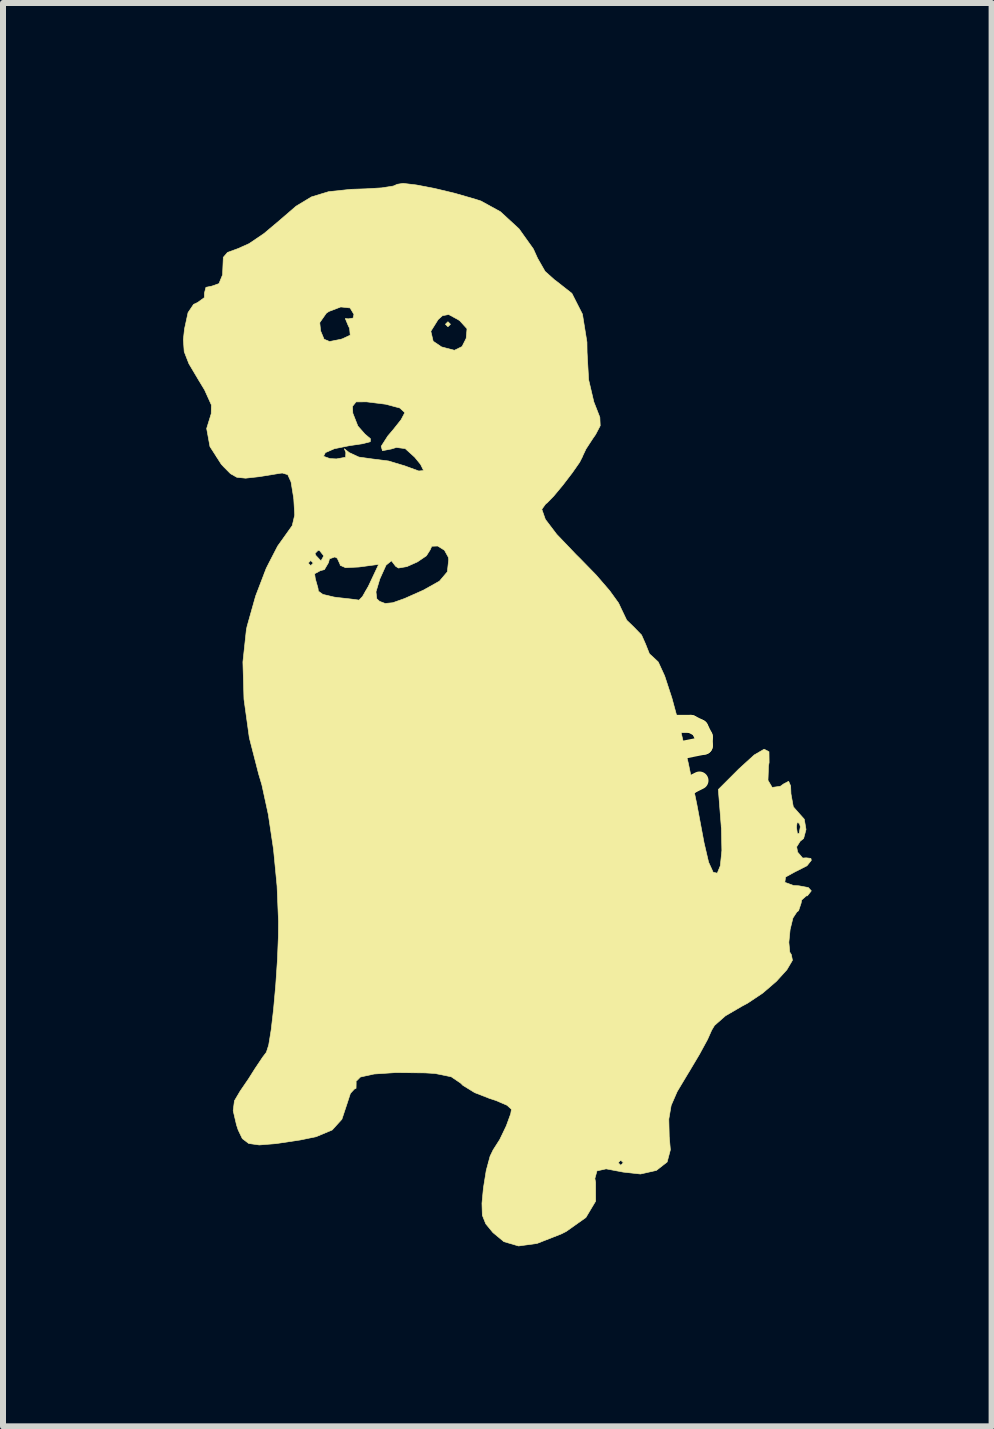
<source format=kicad_pcb>
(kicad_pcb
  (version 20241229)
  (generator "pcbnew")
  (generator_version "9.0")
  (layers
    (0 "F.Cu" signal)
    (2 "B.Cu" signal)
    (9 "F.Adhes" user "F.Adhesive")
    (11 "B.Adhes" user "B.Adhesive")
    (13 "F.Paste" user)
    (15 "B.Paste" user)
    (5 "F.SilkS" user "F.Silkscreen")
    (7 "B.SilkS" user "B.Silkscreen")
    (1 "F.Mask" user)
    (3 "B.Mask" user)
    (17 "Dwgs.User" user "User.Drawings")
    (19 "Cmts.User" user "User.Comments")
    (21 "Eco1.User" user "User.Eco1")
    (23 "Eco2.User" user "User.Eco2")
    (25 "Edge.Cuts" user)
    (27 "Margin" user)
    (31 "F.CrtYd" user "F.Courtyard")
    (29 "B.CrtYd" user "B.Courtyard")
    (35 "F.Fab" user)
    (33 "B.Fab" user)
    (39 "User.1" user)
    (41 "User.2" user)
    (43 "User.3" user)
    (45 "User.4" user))
  (footprint "frankie"
    (layer "F.Cu")
    (at 5.048 9.337)
    (property "Reference" "frankie" (at 0 0 0) (layer "F.SilkS") (effects (font (size 1.524 1.524) (thickness 0.3))))
    (attr through_hole)
    (fp_poly (pts (xy -0.593 -6.985) (xy -0.635 -6.943) (xy -0.677 -6.985) (xy -0.635 -7.027) (xy -0.593 -6.985)) (stroke (width 0.01) (type solid)) (fill yes) (layer "F.SilkS"))
    (fp_poly (pts (xy -1.163 -9.306) (xy -0.864 -9.249) (xy -0.525 -9.168) (xy -0.188 -9.071) (xy -0.085 -9.038) (xy 0.239 -8.86) (xy 0.549 -8.575) (xy 0.788 -8.24) (xy 0.858 -8.085) (xy 0.983 -7.866) (xy 1.147 -7.719) (xy 1.158 -7.713) (xy 1.43 -7.499) (xy 1.606 -7.153) (xy 1.681 -6.686) (xy 1.683 -6.519) (xy 1.709 -6.06) (xy 1.796 -5.69) (xy 1.813 -5.647) (xy 1.896 -5.434) (xy 1.902 -5.294) (xy 1.825 -5.147) (xy 1.781 -5.084) (xy 1.665 -4.906) (xy 1.61 -4.79) (xy 1.609 -4.783) (xy 1.559 -4.685) (xy 1.437 -4.51) (xy 1.28 -4.305) (xy 1.127 -4.121) (xy 1.016 -4.007) (xy 0.995 -3.993) (xy 0.929 -3.902) (xy 0.988 -3.734) (xy 1.177 -3.485) (xy 1.5 -3.147) (xy 1.562 -3.086) (xy 1.834 -2.807) (xy 2.059 -2.546) (xy 2.208 -2.34) (xy 2.249 -2.252) (xy 2.344 -2.054) (xy 2.455 -1.947) (xy 2.591 -1.807) (xy 2.659 -1.653) (xy 2.722 -1.494) (xy 2.783 -1.439) (xy 2.869 -1.358) (xy 2.976 -1.125) (xy 3.097 -0.755) (xy 3.23 -0.265) (xy 3.37 0.33) (xy 3.512 1.015) (xy 3.632 1.654) (xy 3.708 1.979) (xy 3.784 2.145) (xy 3.852 2.161) (xy 3.903 2.037) (xy 3.929 1.783) (xy 3.921 1.408) (xy 3.919 1.39) (xy 5.171 1.39) (xy 5.187 1.5) (xy 5.216 1.501) (xy 5.236 1.388) (xy 5.223 1.339) (xy 5.185 1.307) (xy 5.171 1.39) (xy 3.919 1.39) (xy 3.915 1.336) (xy 3.87 0.766) (xy 4.211 0.425) (xy 4.468 0.191) (xy 4.633 0.095) (xy 4.714 0.137) (xy 4.716 0.316) (xy 4.706 0.374) (xy 4.697 0.613) (xy 4.767 0.732) (xy 4.903 0.713) (xy 4.957 0.674) (xy 5.041 0.63) (xy 5.075 0.708) (xy 5.08 0.839) (xy 5.119 1.055) (xy 5.207 1.155) (xy 5.302 1.262) (xy 5.331 1.433) (xy 5.291 1.583) (xy 5.234 1.628) (xy 5.175 1.722) (xy 5.191 1.81) (xy 5.275 1.909) (xy 5.333 1.905) (xy 5.412 1.914) (xy 5.419 1.947) (xy 5.347 2.037) (xy 5.174 2.126) (xy 5.165 2.129) (xy 4.99 2.225) (xy 4.978 2.313) (xy 5.122 2.366) (xy 5.212 2.371) (xy 5.369 2.4) (xy 5.419 2.455) (xy 5.354 2.538) (xy 5.334 2.54) (xy 5.258 2.608) (xy 5.249 2.66) (xy 5.207 2.786) (xy 5.178 2.808) (xy 5.113 2.907) (xy 5.066 3.099) (xy 5.045 3.313) (xy 5.06 3.476) (xy 5.086 3.517) (xy 5.105 3.612) (xy 5.012 3.77) (xy 4.837 3.963) (xy 4.609 4.159) (xy 4.356 4.328) (xy 4.264 4.377) (xy 3.988 4.538) (xy 3.806 4.698) (xy 3.76 4.775) (xy 3.69 4.932) (xy 3.555 5.18) (xy 3.383 5.469) (xy 3.362 5.503) (xy 3.184 5.8) (xy 3.084 6.03) (xy 3.045 6.258) (xy 3.052 6.551) (xy 3.071 6.77) (xy 3.017 6.973) (xy 2.838 7.113) (xy 2.573 7.173) (xy 2.284 7.141) (xy 2 7.087) (xy 1.848 7.121) (xy 1.813 7.248) (xy 1.825 7.313) (xy 1.826 7.625) (xy 1.663 7.898) (xy 1.334 8.131) (xy 1.25 8.173) (xy 0.849 8.33) (xy 0.542 8.372) (xy 0.297 8.3) (xy 0.115 8.149) (xy -0.005 8.003) (xy -0.062 7.86) (xy -0.068 7.661) (xy -0.044 7.408) (xy 0.003 7.114) (xy 0.038 6.985) (xy 2.201 6.985) (xy 2.244 7.027) (xy 2.286 6.985) (xy 2.244 6.943) (xy 2.201 6.985) (xy 0.038 6.985) (xy 0.067 6.877) (xy 0.117 6.773) (xy 0.228 6.599) (xy 0.337 6.372) (xy 0.411 6.169) (xy 0.423 6.095) (xy 0.35 6.028) (xy 0.164 5.948) (xy 0.064 5.916) (xy -0.19 5.817) (xy -0.386 5.696) (xy -0.423 5.659) (xy -0.58 5.553) (xy -0.849 5.498) (xy -1.016 5.488) (xy -1.504 5.483) (xy -1.867 5.507) (xy -2.093 5.557) (xy -2.168 5.632) (xy -2.164 5.647) (xy -2.166 5.746) (xy -2.193 5.757) (xy -2.26 5.83) (xy -2.312 5.99) (xy -2.402 6.261) (xy -2.563 6.439) (xy -2.83 6.551) (xy -3.09 6.605) (xy -3.502 6.667) (xy -3.779 6.689) (xy -3.955 6.664) (xy -4.061 6.583) (xy -4.13 6.439) (xy -4.158 6.354) (xy -4.213 6.118) (xy -4.192 5.953) (xy -4.097 5.792) (xy -3.955 5.584) (xy -3.849 5.416) (xy -3.721 5.225) (xy -3.66 5.145) (xy -3.621 5.023) (xy -3.58 4.771) (xy -3.54 4.425) (xy -3.504 4.024) (xy -3.476 3.607) (xy -3.46 3.212) (xy -3.458 2.963) (xy -3.482 2.375) (xy -3.541 1.763) (xy -3.628 1.182) (xy -3.735 0.689) (xy -3.789 0.508) (xy -3.944 -0.095) (xy -4.033 -0.737) (xy -4.051 -1.358) (xy -3.993 -1.898) (xy -3.98 -1.957) (xy -3.839 -2.457) (xy -3.697 -2.828) (xy -2.856 -2.828) (xy -2.845 -2.745) (xy -2.8 -2.587) (xy -2.794 -2.538) (xy -2.719 -2.484) (xy -2.534 -2.44) (xy -2.477 -2.432) (xy -2.26 -2.408) (xy -2.128 -2.39) (xy -2.117 -2.388) (xy -2.058 -2.449) (xy -2.014 -2.527) (xy -1.834 -2.527) (xy -1.821 -2.412) (xy -1.774 -2.368) (xy -1.681 -2.333) (xy -1.555 -2.345) (xy -1.358 -2.415) (xy -1.05 -2.552) (xy -1.045 -2.554) (xy -0.776 -2.705) (xy -0.645 -2.86) (xy -0.623 -3.059) (xy -0.628 -3.102) (xy -0.693 -3.22) (xy -0.806 -3.29) (xy -0.905 -3.286) (xy -0.931 -3.226) (xy -0.994 -3.127) (xy -1.144 -3.025) (xy -1.319 -2.947) (xy -1.46 -2.923) (xy -1.506 -2.952) (xy -1.576 -3.044) (xy -1.666 -2.971) (xy -1.77 -2.741) (xy -1.834 -2.527) (xy -2.014 -2.527) (xy -1.963 -2.615) (xy -1.932 -2.68) (xy -1.789 -2.984) (xy -2.119 -2.94) (xy -2.341 -2.929) (xy -2.431 -2.969) (xy -2.431 -2.982) (xy -2.479 -3.086) (xy -2.519 -3.108) (xy -2.609 -3.076) (xy -2.625 -3.013) (xy -2.693 -2.897) (xy -2.761 -2.879) (xy -2.856 -2.828) (xy -3.697 -2.828) (xy -3.663 -2.917) (xy -3.618 -3.006) (xy -2.963 -3.006) (xy -2.921 -2.963) (xy -2.879 -3.006) (xy -2.921 -3.048) (xy -2.963 -3.006) (xy -3.618 -3.006) (xy -3.536 -3.165) (xy -2.85 -3.165) (xy -2.836 -3.133) (xy -2.76 -3.052) (xy -2.747 -3.048) (xy -2.71 -3.114) (xy -2.709 -3.133) (xy -2.774 -3.214) (xy -2.799 -3.217) (xy -2.85 -3.165) (xy -3.536 -3.165) (xy -3.472 -3.289) (xy -3.342 -3.471) (xy -3.229 -3.63) (xy -3.188 -3.805) (xy -3.203 -4.067) (xy -3.208 -4.106) (xy -3.249 -4.358) (xy -3.304 -4.479) (xy -3.394 -4.506) (xy -3.43 -4.502) (xy -3.78 -4.445) (xy -4.006 -4.42) (xy -4.152 -4.435) (xy -4.258 -4.495) (xy -4.37 -4.608) (xy -4.411 -4.652) (xy -4.496 -4.785) (xy -2.708 -4.785) (xy -2.602 -4.747) (xy -2.493 -4.741) (xy -2.34 -4.769) (xy -2.336 -4.847) (xy -2.361 -4.911) (xy -2.286 -4.851) (xy -2.281 -4.847) (xy -2.119 -4.772) (xy -1.898 -4.741) (xy -1.626 -4.707) (xy -1.347 -4.623) (xy -1.343 -4.621) (xy -1.121 -4.54) (xy -1.04 -4.547) (xy -1.091 -4.65) (xy -1.189 -4.77) (xy -1.347 -4.913) (xy -1.494 -4.932) (xy -1.576 -4.907) (xy -1.726 -4.878) (xy -1.747 -4.951) (xy -1.637 -5.123) (xy -1.545 -5.231) (xy -1.415 -5.395) (xy -1.355 -5.509) (xy -1.355 -5.514) (xy -1.436 -5.589) (xy -1.67 -5.652) (xy -1.99 -5.692) (xy -2.166 -5.691) (xy -2.225 -5.617) (xy -2.22 -5.503) (xy -2.136 -5.289) (xy -2.019 -5.156) (xy -1.925 -5.076) (xy -1.929 -5.028) (xy -2.057 -4.994) (xy -2.275 -4.962) (xy -2.527 -4.911) (xy -2.677 -4.846) (xy -2.708 -4.785) (xy -4.496 -4.785) (xy -4.6 -4.947) (xy -4.655 -5.248) (xy -4.579 -5.494) (xy -4.576 -5.64) (xy -4.689 -5.89) (xy -4.792 -6.06) (xy -4.951 -6.328) (xy -5.029 -6.528) (xy -5.043 -6.728) (xy -5.024 -6.906) (xy -5.001 -7.012) (xy -2.771 -7.012) (xy -2.756 -6.873) (xy -2.699 -6.736) (xy -2.609 -6.697) (xy -2.425 -6.733) (xy -2.394 -6.742) (xy -2.263 -6.803) (xy -2.269 -6.868) (xy -0.92 -6.868) (xy -0.881 -6.702) (xy -0.741 -6.607) (xy -0.527 -6.551) (xy -0.4 -6.613) (xy -0.331 -6.75) (xy -0.317 -6.91) (xy -0.437 -7.042) (xy -0.466 -7.062) (xy -0.623 -7.147) (xy -0.727 -7.127) (xy -0.799 -7.062) (xy -0.92 -6.868) (xy -2.269 -6.868) (xy -2.274 -6.917) (xy -2.296 -6.962) (xy -2.345 -7.08) (xy -2.295 -7.075) (xy -2.294 -7.075) (xy -2.215 -7.088) (xy -2.201 -7.149) (xy -2.265 -7.256) (xy -2.421 -7.273) (xy -2.618 -7.198) (xy -2.661 -7.169) (xy -2.771 -7.012) (xy -5.001 -7.012) (xy -4.965 -7.179) (xy -4.872 -7.317) (xy -4.808 -7.346) (xy -4.693 -7.429) (xy -4.692 -7.504) (xy -4.667 -7.6) (xy -4.569 -7.62) (xy -4.45 -7.662) (xy -4.39 -7.808) (xy -4.378 -8.088) (xy -4.379 -8.098) (xy -4.307 -8.182) (xy -4.134 -8.245) (xy -3.948 -8.328) (xy -3.7 -8.496) (xy -3.447 -8.709) (xy -3.165 -8.952) (xy -2.908 -9.107) (xy -2.622 -9.194) (xy -2.251 -9.233) (xy -2.009 -9.241) (xy -1.738 -9.257) (xy -1.544 -9.288) (xy -1.479 -9.317) (xy -1.382 -9.332) (xy -1.163 -9.306)) (stroke (width 0.01) (type solid)) (fill yes) (layer "F.SilkS")))
  (gr_rect
    (start -3 -3)
    (end 13.471 20.714)
    (stroke (width 0.1) (type default))
    (fill no)
    (layer "Edge.Cuts")))
</source>
